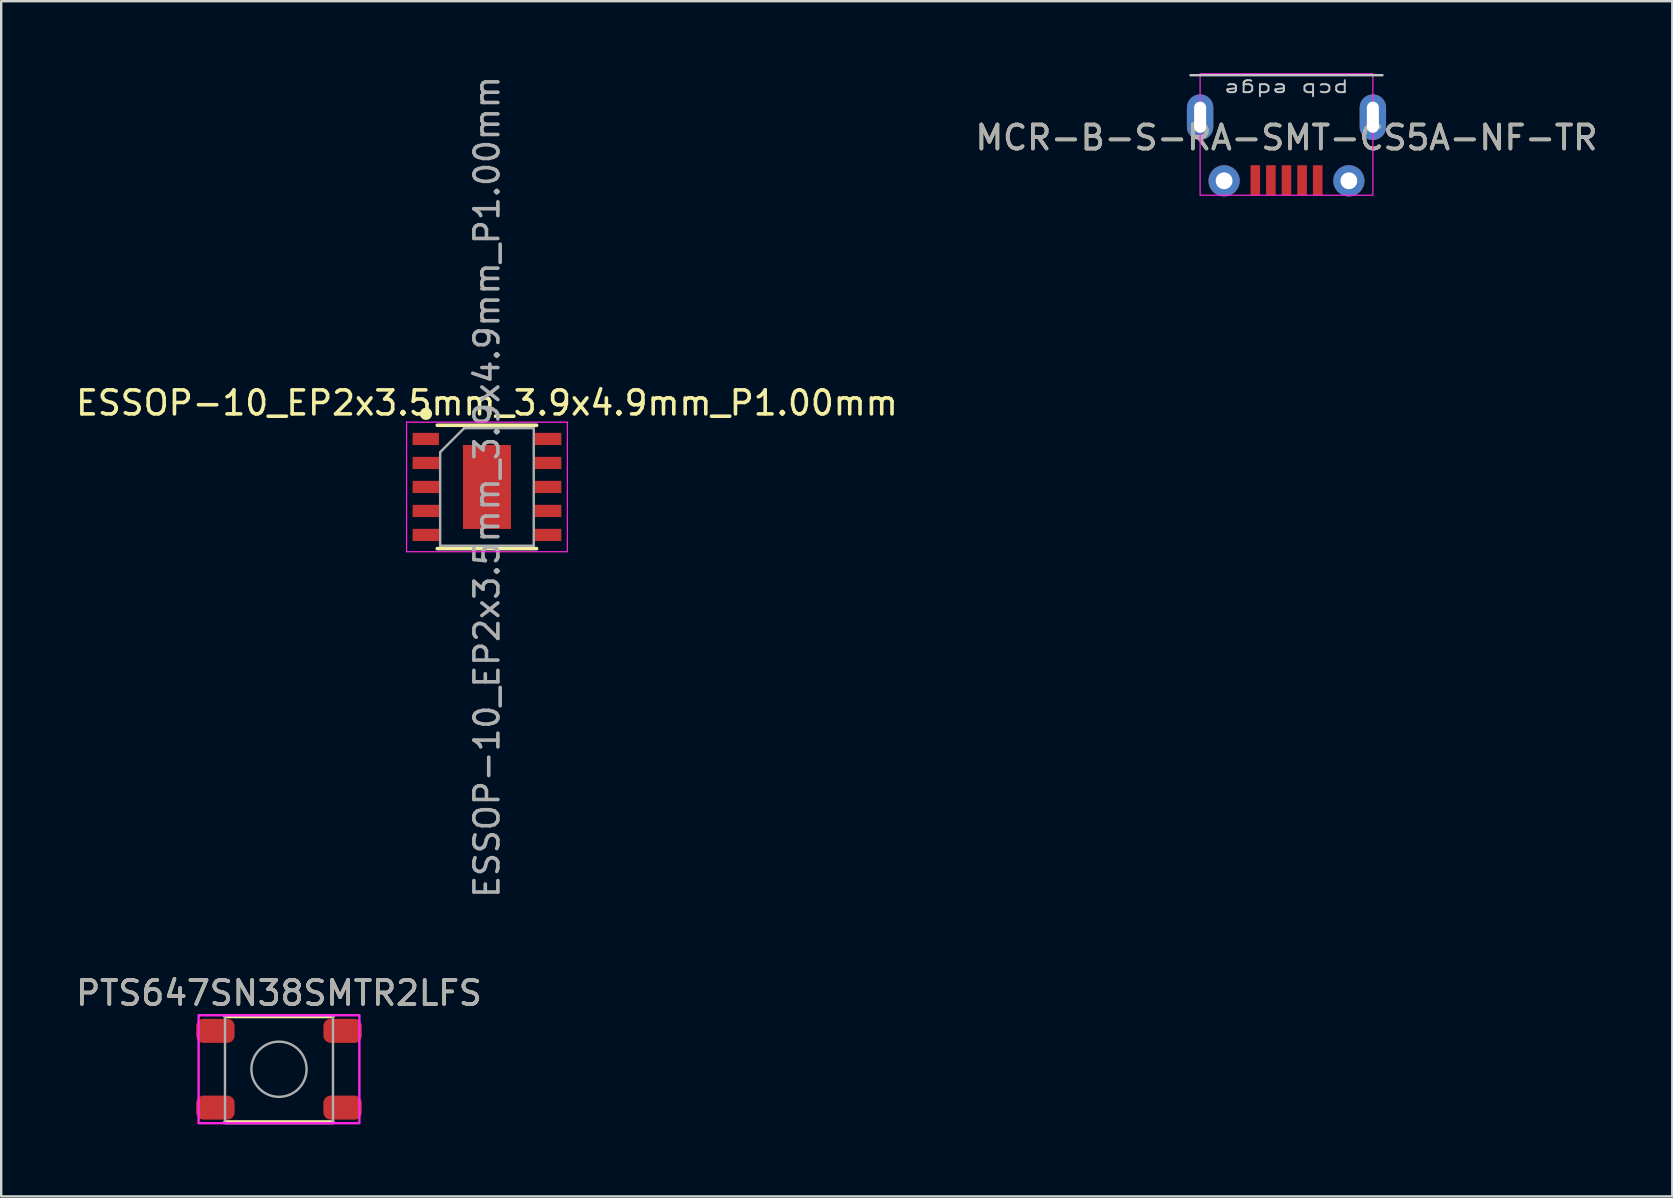
<source format=kicad_pcb>
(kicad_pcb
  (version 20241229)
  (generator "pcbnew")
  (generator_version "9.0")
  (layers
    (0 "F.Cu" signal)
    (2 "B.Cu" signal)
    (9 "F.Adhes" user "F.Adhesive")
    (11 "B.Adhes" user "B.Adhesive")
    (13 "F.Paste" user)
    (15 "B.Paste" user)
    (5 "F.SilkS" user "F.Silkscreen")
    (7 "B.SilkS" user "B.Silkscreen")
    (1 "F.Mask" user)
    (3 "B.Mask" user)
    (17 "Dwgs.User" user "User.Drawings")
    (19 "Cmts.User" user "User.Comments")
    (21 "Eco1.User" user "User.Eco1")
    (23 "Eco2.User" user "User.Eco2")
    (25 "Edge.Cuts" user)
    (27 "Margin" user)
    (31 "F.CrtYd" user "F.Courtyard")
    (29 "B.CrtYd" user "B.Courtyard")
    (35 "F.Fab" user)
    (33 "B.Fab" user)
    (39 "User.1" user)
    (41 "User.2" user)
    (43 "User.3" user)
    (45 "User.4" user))
  (footprint "ESSOP-10_EP2x3.5mm_3.9x4.9mm_P1.00mm"
    (layer "F.Cu")
    (at 17.244 17.244)
    (property "Reference" "ESSOP-10_EP2x3.5mm_3.9x4.9mm_P1.00mm" (at 0 -3.5 0) (layer "F.SilkS") (effects (font (size 1 1) (thickness 0.15))))
    (attr smd)
    (fp_line (start -2.07 -2.57) (end 2.07 -2.57) (stroke (width 0.15) (type solid)) (layer "F.SilkS"))
    (fp_line (start -2.07 2.57) (end 2.07 2.57) (stroke (width 0.15) (type solid)) (layer "F.SilkS"))
    (fp_circle (center -2.54 -3.048) (end -2.286 -3.048) (stroke (width 0) (type solid)) (fill yes) (layer "F.SilkS"))
    (fp_line (start -3.35 -2.7) (end -3.35 2.7) (stroke (width 0.05) (type solid)) (layer "F.CrtYd"))
    (fp_line (start -3.35 -2.7) (end 3.35 -2.7) (stroke (width 0.05) (type solid)) (layer "F.CrtYd"))
    (fp_line (start -3.35 2.7) (end 3.35 2.7) (stroke (width 0.05) (type solid)) (layer "F.CrtYd"))
    (fp_line (start 3.35 -2.7) (end 3.35 2.7) (stroke (width 0.05) (type solid)) (layer "F.CrtYd"))
    (fp_line (start -1.95 -1.45) (end -0.95 -2.45) (stroke (width 0.1) (type solid)) (layer "F.Fab"))
    (fp_line (start -1.95 2.45) (end -1.95 -1.45) (stroke (width 0.1) (type solid)) (layer "F.Fab"))
    (fp_line (start -0.95 -2.45) (end 1.95 -2.45) (stroke (width 0.1) (type solid)) (layer "F.Fab"))
    (fp_line (start 1.95 -2.45) (end 1.95 2.45) (stroke (width 0.1) (type solid)) (layer "F.Fab"))
    (fp_line (start 1.95 2.45) (end -1.95 2.45) (stroke (width 0.1) (type solid)) (layer "F.Fab"))
    (fp_text user "${REFERENCE}" (at 0 0 90) (layer "F.Fab") (effects (font (size 1 1) (thickness 0.15))))
    (pad "0" smd rect (at 0 0) (size 2 3.5) (layers "F.Cu" "F.Mask" "F.Paste"))
    (pad "1" smd rect (at -2.55 -2) (size 1.1 0.51) (layers "F.Cu" "F.Mask" "F.Paste"))
    (pad "2" smd rect (at -2.55 -1) (size 1.1 0.51) (layers "F.Cu" "F.Mask" "F.Paste"))
    (pad "3" smd rect (at -2.55 0) (size 1.1 0.51) (layers "F.Cu" "F.Mask" "F.Paste"))
    (pad "4" smd rect (at -2.55 1) (size 1.1 0.51) (layers "F.Cu" "F.Mask" "F.Paste"))
    (pad "5" smd rect (at -2.55 2) (size 1.1 0.51) (layers "F.Cu" "F.Mask" "F.Paste"))
    (pad "6" smd rect (at 2.55 2) (size 1.1 0.51) (layers "F.Cu" "F.Mask" "F.Paste"))
    (pad "7" smd rect (at 2.55 1) (size 1.1 0.51) (layers "F.Cu" "F.Mask" "F.Paste"))
    (pad "8" smd rect (at 2.55 0) (size 1.1 0.51) (layers "F.Cu" "F.Mask" "F.Paste"))
    (pad "9" smd rect (at 2.55 -1) (size 1.1 0.51) (layers "F.Cu" "F.Mask" "F.Paste"))
    (pad "10" smd rect (at 2.55 -2) (size 1.1 0.51) (layers "F.Cu" "F.Mask" "F.Paste")))
  (footprint "MCR-B-S-RA-SMT-CS5A-NF-TR"
    (layer "F.Cu")
    (at 50.565 2.685)
    (property "Reference" "MCR-B-S-RA-SMT-CS5A-NF-TR" (at 0 0 0) (unlocked yes) (layer "F.SilkS") (effects (font (size 1 1) (thickness 0.15))))
    (attr smd)
    (fp_line (start 4 -2.6) (end -4 -2.6) (stroke (width 0.1) (type solid)) (layer "Dwgs.User"))
    (fp_rect (start -3.6 -2.66) (end 3.6 2.4) (stroke (width 0.05) (type solid)) (fill no) (layer "F.CrtYd"))
    (fp_text user "pcb edge" (at 0 -2 180) (unlocked yes) (layer "Dwgs.User") (effects (font (size 0.5 0.75) (thickness 0.08))))
    (fp_text user "${REFERENCE}" (at 0 0 0) (unlocked yes) (layer "F.Fab") (effects (font (size 1 1) (thickness 0.15))))
    (pad "1" smd rect (at 1.3 1.775 90) (size 1.25 0.4) (layers "F.Cu" "F.Mask" "F.Paste"))
    (pad "2" smd rect (at 0.65 1.775 90) (size 1.25 0.4) (layers "F.Cu" "F.Mask" "F.Paste"))
    (pad "3" smd rect (at 0 1.775 90) (size 1.25 0.4) (layers "F.Cu" "F.Mask" "F.Paste"))
    (pad "4" smd rect (at -0.65 1.775 90) (size 1.25 0.4) (layers "F.Cu" "F.Mask" "F.Paste"))
    (pad "5" smd rect (at -1.3 1.775 90) (size 1.25 0.4) (layers "F.Cu" "F.Mask" "F.Paste"))
    (pad "6" thru_hole oval (at -3.6 -0.85 90) (size 1.9 1.1) (drill oval 1.3 0.5) (layers "*.Cu" "*.Mask"))
    (pad "6" thru_hole circle (at -2.6 1.8 90) (size 1.3 1.3) (drill 0.7) (layers "*.Cu" "*.Mask"))
    (pad "6" thru_hole circle (at 2.6 1.8 90) (size 1.3 1.3) (drill 0.7) (layers "*.Cu" "*.Mask"))
    (pad "6" thru_hole oval (at 3.6 -0.85 90) (size 1.9 1.1) (drill oval 1.3 0.5) (layers "*.Cu" "*.Mask")))
  (footprint "PTS647SN38SMTR2LFS"
    (layer "F.Cu")
    (at 8.577 41.511)
    (property "Reference" "PTS647SN38SMTR2LFS" (at 0 -3.175 0) (unlocked yes) (layer "F.SilkS") (effects (font (size 1 1) (thickness 0.15))))
    (attr smd)
    (fp_line (start -2.25 -2.2) (end 2.25 -2.2) (stroke (width 0.15) (type solid)) (layer "F.SilkS"))
    (fp_line (start -2.25 2.2) (end 2.25 2.2) (stroke (width 0.15) (type solid)) (layer "F.SilkS"))
    (fp_rect (start -3.35 -2.25) (end 3.35 2.25) (stroke (width 0.1) (type solid)) (fill no) (layer "F.CrtYd"))
    (fp_rect (start -2.25 -2.25) (end 2.25 2.25) (stroke (width 0.1) (type solid)) (fill no) (layer "F.Fab"))
    (fp_circle (center 0 0) (end 1.15 0) (stroke (width 0.1) (type solid)) (fill no) (layer "F.Fab"))
    (fp_text user "${REFERENCE}" (at 0 -3.175 0) (unlocked yes) (layer "F.Fab") (effects (font (size 1 1) (thickness 0.15))))
    (pad "1" smd roundrect (at -2.65 -1.6) (size 1.6 1) (layers "F.Cu" "F.Mask" "F.Paste") (roundrect_rratio 0.3))
    (pad "1" smd roundrect (at 2.65 -1.6) (size 1.6 1) (layers "F.Cu" "F.Mask" "F.Paste") (roundrect_rratio 0.3))
    (pad "2" smd roundrect (at -2.65 1.6) (size 1.6 1) (layers "F.Cu" "F.Mask" "F.Paste") (roundrect_rratio 0.3))
    (pad "2" smd roundrect (at 2.65 1.6) (size 1.6 1) (layers "F.Cu" "F.Mask" "F.Paste") (roundrect_rratio 0.3)))
  (gr_rect
    (start -3 -3)
    (end 66.643 46.811)
    (stroke (width 0.1) (type default))
    (fill no)
    (layer "Edge.Cuts")))
</source>
